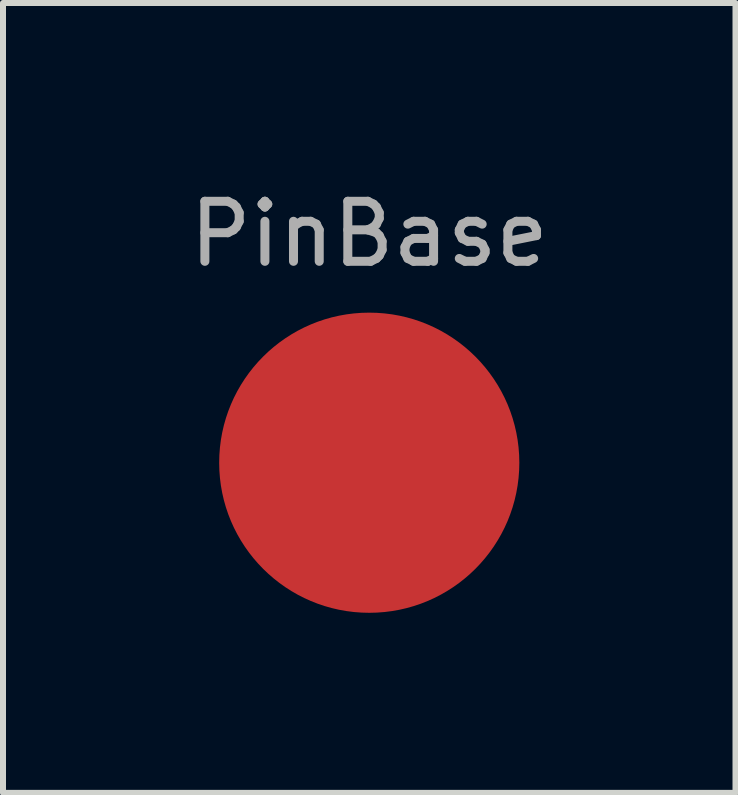
<source format=kicad_pcb>
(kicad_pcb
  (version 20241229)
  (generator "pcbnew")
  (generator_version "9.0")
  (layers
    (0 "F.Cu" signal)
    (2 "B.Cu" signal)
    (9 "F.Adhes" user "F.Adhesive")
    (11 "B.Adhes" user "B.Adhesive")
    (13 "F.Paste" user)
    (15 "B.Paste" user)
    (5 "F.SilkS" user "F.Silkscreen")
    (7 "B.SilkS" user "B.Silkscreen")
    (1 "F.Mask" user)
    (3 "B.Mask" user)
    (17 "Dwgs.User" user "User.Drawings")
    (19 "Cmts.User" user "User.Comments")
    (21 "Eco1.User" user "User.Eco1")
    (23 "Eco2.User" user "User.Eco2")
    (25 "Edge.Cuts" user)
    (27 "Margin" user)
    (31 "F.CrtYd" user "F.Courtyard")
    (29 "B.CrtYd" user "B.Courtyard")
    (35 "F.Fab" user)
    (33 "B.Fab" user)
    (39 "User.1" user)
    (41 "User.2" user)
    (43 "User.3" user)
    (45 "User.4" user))
  (footprint "PinBase"
    (layer "F.Cu")
    (at 3.101 4.658)
    (property "Reference" "PinBase" (at 0 -3.81 0) (layer "F.Fab") (effects (font (size 1 1) (thickness 0.15))))
    (attr through_hole)
    (pad "" smd circle (at 0 0) (size 5 5) (layers "F.Cu" "F.Mask" "F.Paste")))
  (gr_rect
    (start -3 -3)
    (end 9.202 10.158)
    (stroke (width 0.1) (type default))
    (fill no)
    (layer "Edge.Cuts")))
</source>
